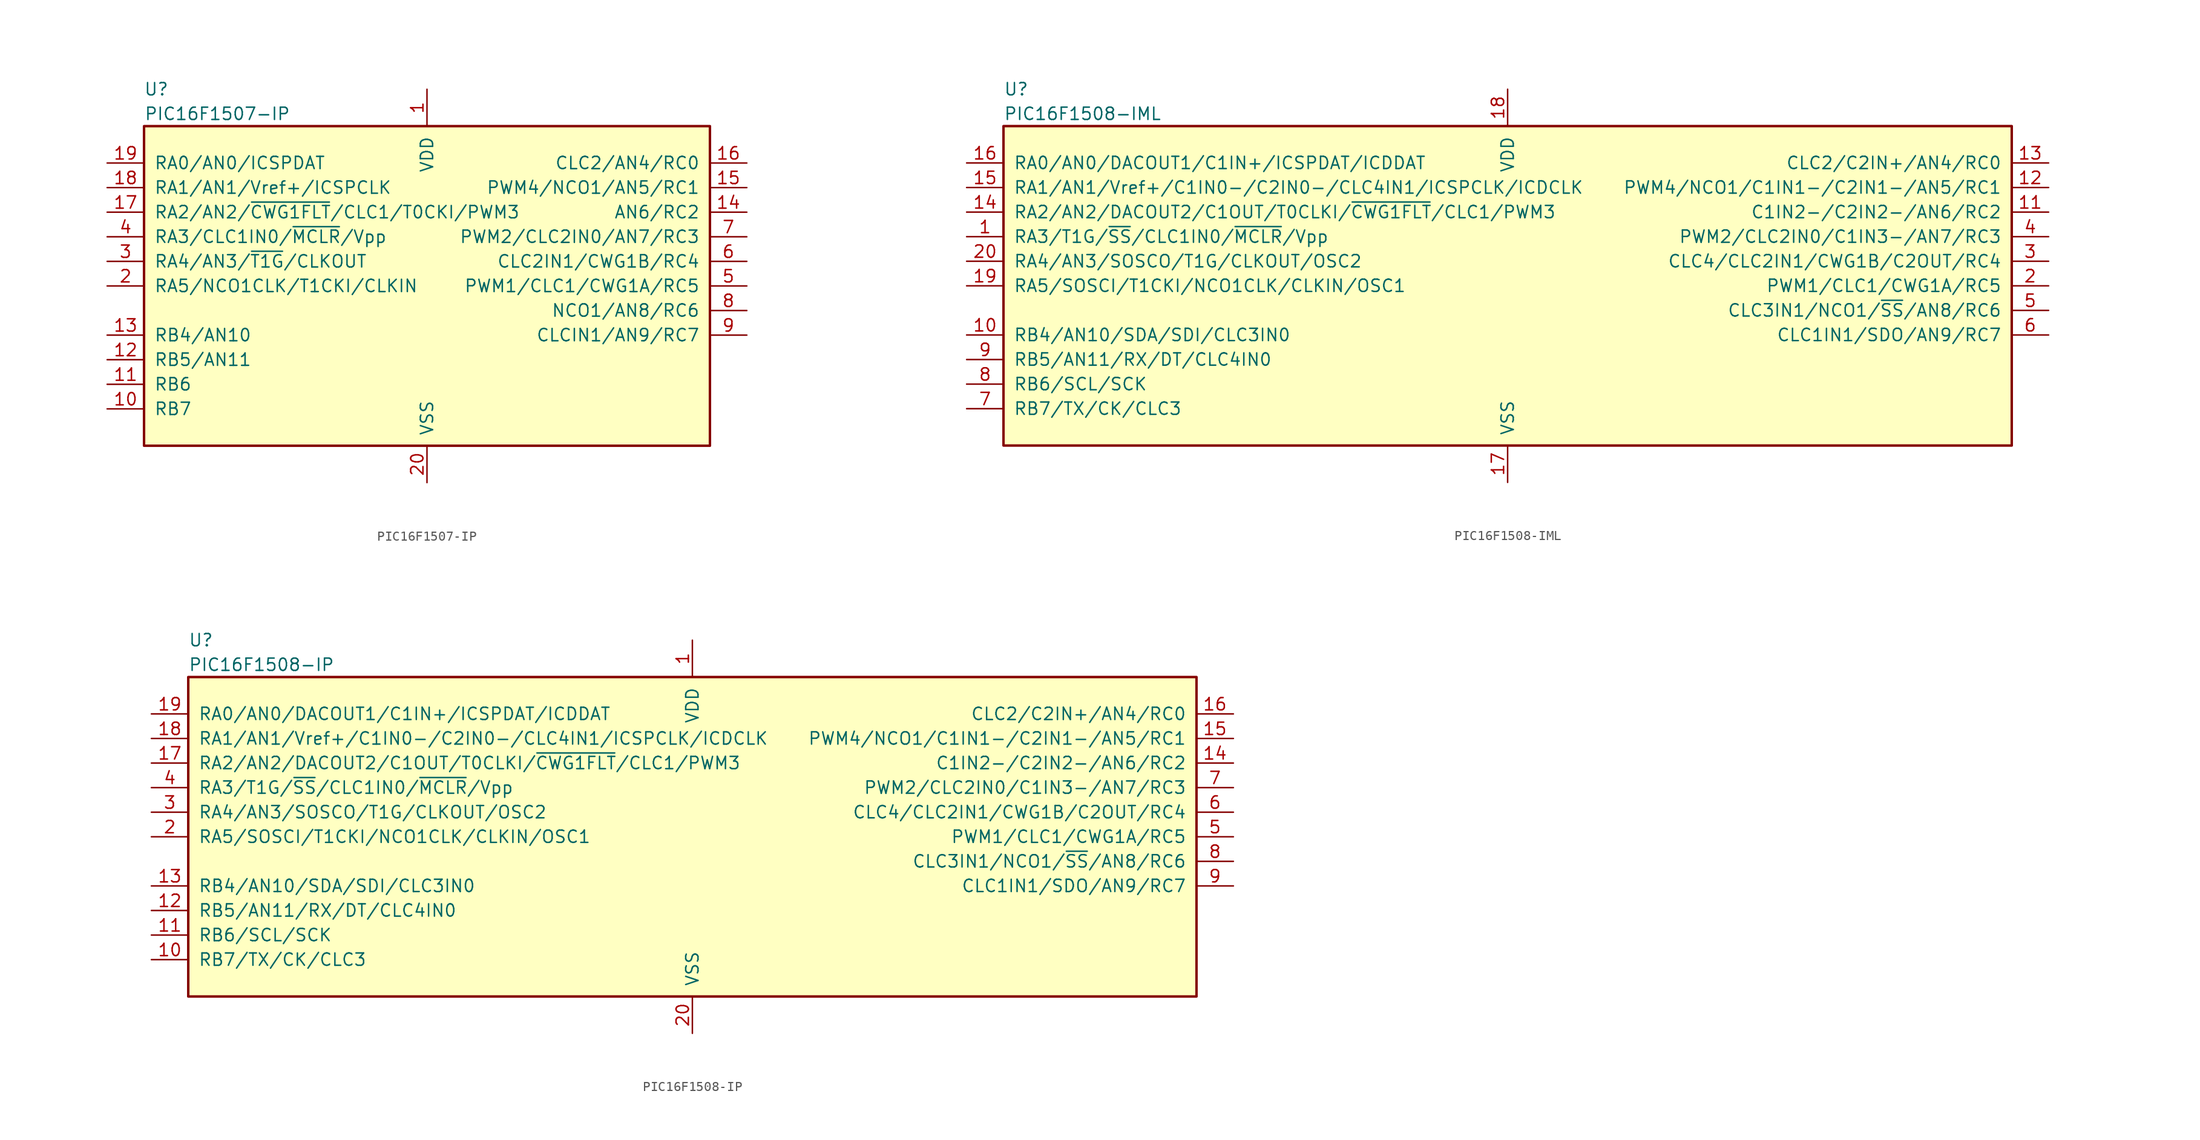
<source format=kicad_sym>
(kicad_symbol_lib
  (version 20201005)
  (generator kicad_symbol_editor)
  (symbol "MCU_Microchip_PIC16:PIC16F1507-IP"
    (pin_names
      (offset 1.016))
    (property "Reference" "U"
      (at -27.94 20.32 0)
      (effects (font (size 1.27 1.27))))
    (property "Value" "PIC16F1507-IP"
      (at -29.21 17.78 0)
      (effects (font (size 1.27 1.27)) (justify left)))
    (symbol "PIC16F1507-IP_0_1"
      (rectangle (start -29.21 16.51) (end 29.21 -16.51) (stroke (width 0.254)) (fill (type background))))
    (symbol "PIC16F1507-IP_1_1"
      (pin power_in line (at 0 20.32 270) (length 3.81) (name "VDD" (effects (font (size 1.27 1.27)))) (number "1" (effects (font (size 1.27 1.27)))))
      (pin bidirectional line (at -33.02 -12.7 0) (length 3.81) (name "RB7" (effects (font (size 1.27 1.27)))) (number "10" (effects (font (size 1.27 1.27)))))
      (pin bidirectional line (at -33.02 -10.16 0) (length 3.81) (name "RB6" (effects (font (size 1.27 1.27)))) (number "11" (effects (font (size 1.27 1.27)))))
      (pin bidirectional line (at -33.02 -7.62 0) (length 3.81) (name "RB5/AN11" (effects (font (size 1.27 1.27)))) (number "12" (effects (font (size 1.27 1.27)))))
      (pin bidirectional line (at -33.02 -5.08 0) (length 3.81) (name "RB4/AN10" (effects (font (size 1.27 1.27)))) (number "13" (effects (font (size 1.27 1.27)))))
      (pin bidirectional line (at 33.02 7.62 180) (length 3.81) (name "AN6/RC2" (effects (font (size 1.27 1.27)))) (number "14" (effects (font (size 1.27 1.27)))))
      (pin bidirectional line (at 33.02 10.16 180) (length 3.81) (name "PWM4/NCO1/AN5/RC1" (effects (font (size 1.27 1.27)))) (number "15" (effects (font (size 1.27 1.27)))))
      (pin bidirectional line (at 33.02 12.7 180) (length 3.81) (name "CLC2/AN4/RC0" (effects (font (size 1.27 1.27)))) (number "16" (effects (font (size 1.27 1.27)))))
      (pin bidirectional line (at -33.02 7.62 0) (length 3.81) (name "RA2/AN2/~CWG1FLT~/CLC1/T0CKI/PWM3" (effects (font (size 1.27 1.27)))) (number "17" (effects (font (size 1.27 1.27)))))
      (pin bidirectional line (at -33.02 10.16 0) (length 3.81) (name "RA1/AN1/Vref+/ICSPCLK" (effects (font (size 1.27 1.27)))) (number "18" (effects (font (size 1.27 1.27)))))
      (pin bidirectional line (at -33.02 12.7 0) (length 3.81) (name "RA0/AN0/ICSPDAT" (effects (font (size 1.27 1.27)))) (number "19" (effects (font (size 1.27 1.27)))))
      (pin bidirectional line (at -33.02 0 0) (length 3.81) (name "RA5/NCO1CLK/T1CKI/CLKIN" (effects (font (size 1.27 1.27)))) (number "2" (effects (font (size 1.27 1.27)))))
      (pin power_in line (at 0 -20.32 90) (length 3.81) (name "VSS" (effects (font (size 1.27 1.27)))) (number "20" (effects (font (size 1.27 1.27)))))
      (pin bidirectional line (at -33.02 2.54 0) (length 3.81) (name "RA4/AN3/~T1G~/CLKOUT" (effects (font (size 1.27 1.27)))) (number "3" (effects (font (size 1.27 1.27)))))
      (pin input line (at -33.02 5.08 0) (length 3.81) (name "RA3/CLC1IN0/~MCLR~/Vpp" (effects (font (size 1.27 1.27)))) (number "4" (effects (font (size 1.27 1.27)))))
      (pin bidirectional line (at 33.02 0 180) (length 3.81) (name "PWM1/CLC1/CWG1A/RC5" (effects (font (size 1.27 1.27)))) (number "5" (effects (font (size 1.27 1.27)))))
      (pin bidirectional line (at 33.02 2.54 180) (length 3.81) (name "CLC2IN1/CWG1B/RC4" (effects (font (size 1.27 1.27)))) (number "6" (effects (font (size 1.27 1.27)))))
      (pin bidirectional line (at 33.02 5.08 180) (length 3.81) (name "PWM2/CLC2IN0/AN7/RC3" (effects (font (size 1.27 1.27)))) (number "7" (effects (font (size 1.27 1.27)))))
      (pin bidirectional line (at 33.02 -2.54 180) (length 3.81) (name "NCO1/AN8/RC6" (effects (font (size 1.27 1.27)))) (number "8" (effects (font (size 1.27 1.27)))))
      (pin bidirectional line (at 33.02 -5.08 180) (length 3.81) (name "CLCIN1/AN9/RC7" (effects (font (size 1.27 1.27)))) (number "9" (effects (font (size 1.27 1.27)))))))
  (symbol "MCU_Microchip_PIC16:PIC16F1508-IML"
    (pin_names
      (offset 1.016))
    (property "Reference" "U"
      (at -52.07 20.32 0)
      (effects (font (size 1.27 1.27)) (justify left)))
    (property "Value" "PIC16F1508-IML"
      (at -52.07 17.78 0)
      (effects (font (size 1.27 1.27)) (justify left)))
    (symbol "PIC16F1508-IML_0_1"
      (rectangle (start -52.07 16.51) (end 52.07 -16.51) (stroke (width 0.254)) (fill (type background))))
    (symbol "PIC16F1508-IML_1_1"
      (pin input line (at -55.88 5.08 0) (length 3.81) (name "RA3/T1G/~SS~/CLC1IN0/~MCLR~/Vpp" (effects (font (size 1.27 1.27)))) (number "1" (effects (font (size 1.27 1.27)))))
      (pin bidirectional line (at -55.88 -5.08 0) (length 3.81) (name "RB4/AN10/SDA/SDI/CLC3IN0" (effects (font (size 1.27 1.27)))) (number "10" (effects (font (size 1.27 1.27)))))
      (pin bidirectional line (at 55.88 7.62 180) (length 3.81) (name "C1IN2-/C2IN2-/AN6/RC2" (effects (font (size 1.27 1.27)))) (number "11" (effects (font (size 1.27 1.27)))))
      (pin bidirectional line (at 55.88 10.16 180) (length 3.81) (name "PWM4/NCO1/C1IN1-/C2IN1-/AN5/RC1" (effects (font (size 1.27 1.27)))) (number "12" (effects (font (size 1.27 1.27)))))
      (pin bidirectional line (at 55.88 12.7 180) (length 3.81) (name "CLC2/C2IN+/AN4/RC0" (effects (font (size 1.27 1.27)))) (number "13" (effects (font (size 1.27 1.27)))))
      (pin bidirectional line (at -55.88 7.62 0) (length 3.81) (name "RA2/AN2/DACOUT2/C1OUT/T0CLKI/~CWG1FLT~/CLC1/PWM3" (effects (font (size 1.27 1.27)))) (number "14" (effects (font (size 1.27 1.27)))))
      (pin bidirectional line (at -55.88 10.16 0) (length 3.81) (name "RA1/AN1/Vref+/C1IN0-/C2IN0-/CLC4IN1/ICSPCLK/ICDCLK" (effects (font (size 1.27 1.27)))) (number "15" (effects (font (size 1.27 1.27)))))
      (pin bidirectional line (at -55.88 12.7 0) (length 3.81) (name "RA0/AN0/DACOUT1/C1IN+/ICSPDAT/ICDDAT" (effects (font (size 1.27 1.27)))) (number "16" (effects (font (size 1.27 1.27)))))
      (pin power_in line (at 0 -20.32 90) (length 3.81) (name "VSS" (effects (font (size 1.27 1.27)))) (number "17" (effects (font (size 1.27 1.27)))))
      (pin power_in line (at 0 20.32 270) (length 3.81) (name "VDD" (effects (font (size 1.27 1.27)))) (number "18" (effects (font (size 1.27 1.27)))))
      (pin bidirectional line (at -55.88 0 0) (length 3.81) (name "RA5/SOSCI/T1CKI/NCO1CLK/CLKIN/OSC1" (effects (font (size 1.27 1.27)))) (number "19" (effects (font (size 1.27 1.27)))))
      (pin bidirectional line (at 55.88 0 180) (length 3.81) (name "PWM1/CLC1/CWG1A/RC5" (effects (font (size 1.27 1.27)))) (number "2" (effects (font (size 1.27 1.27)))))
      (pin bidirectional line (at -55.88 2.54 0) (length 3.81) (name "RA4/AN3/SOSCO/T1G/CLKOUT/OSC2" (effects (font (size 1.27 1.27)))) (number "20" (effects (font (size 1.27 1.27)))))
      (pin bidirectional line (at 55.88 2.54 180) (length 3.81) (name "CLC4/CLC2IN1/CWG1B/C2OUT/RC4" (effects (font (size 1.27 1.27)))) (number "3" (effects (font (size 1.27 1.27)))))
      (pin bidirectional line (at 55.88 5.08 180) (length 3.81) (name "PWM2/CLC2IN0/C1IN3-/AN7/RC3" (effects (font (size 1.27 1.27)))) (number "4" (effects (font (size 1.27 1.27)))))
      (pin bidirectional line (at 55.88 -2.54 180) (length 3.81) (name "CLC3IN1/NCO1/~SS~/AN8/RC6" (effects (font (size 1.27 1.27)))) (number "5" (effects (font (size 1.27 1.27)))))
      (pin bidirectional line (at 55.88 -5.08 180) (length 3.81) (name "CLC1IN1/SDO/AN9/RC7" (effects (font (size 1.27 1.27)))) (number "6" (effects (font (size 1.27 1.27)))))
      (pin bidirectional line (at -55.88 -12.7 0) (length 3.81) (name "RB7/TX/CK/CLC3" (effects (font (size 1.27 1.27)))) (number "7" (effects (font (size 1.27 1.27)))))
      (pin bidirectional line (at -55.88 -10.16 0) (length 3.81) (name "RB6/SCL/SCK" (effects (font (size 1.27 1.27)))) (number "8" (effects (font (size 1.27 1.27)))))
      (pin bidirectional line (at -55.88 -7.62 0) (length 3.81) (name "RB5/AN11/RX/DT/CLC4IN0" (effects (font (size 1.27 1.27)))) (number "9" (effects (font (size 1.27 1.27)))))))
  (symbol "MCU_Microchip_PIC16:PIC16F1508-IP"
    (pin_names
      (offset 1.016))
    (property "Reference" "U"
      (at -52.07 20.32 0)
      (effects (font (size 1.27 1.27)) (justify left)))
    (property "Value" "PIC16F1508-IP"
      (at -52.07 17.78 0)
      (effects (font (size 1.27 1.27)) (justify left)))
    (symbol "PIC16F1508-IP_0_1"
      (rectangle (start -52.07 16.51) (end 52.07 -16.51) (stroke (width 0.254)) (fill (type background))))
    (symbol "PIC16F1508-IP_1_1"
      (pin power_in line (at 0 20.32 270) (length 3.81) (name "VDD" (effects (font (size 1.27 1.27)))) (number "1" (effects (font (size 1.27 1.27)))))
      (pin bidirectional line (at -55.88 -12.7 0) (length 3.81) (name "RB7/TX/CK/CLC3" (effects (font (size 1.27 1.27)))) (number "10" (effects (font (size 1.27 1.27)))))
      (pin bidirectional line (at -55.88 -10.16 0) (length 3.81) (name "RB6/SCL/SCK" (effects (font (size 1.27 1.27)))) (number "11" (effects (font (size 1.27 1.27)))))
      (pin bidirectional line (at -55.88 -7.62 0) (length 3.81) (name "RB5/AN11/RX/DT/CLC4IN0" (effects (font (size 1.27 1.27)))) (number "12" (effects (font (size 1.27 1.27)))))
      (pin bidirectional line (at -55.88 -5.08 0) (length 3.81) (name "RB4/AN10/SDA/SDI/CLC3IN0" (effects (font (size 1.27 1.27)))) (number "13" (effects (font (size 1.27 1.27)))))
      (pin bidirectional line (at 55.88 7.62 180) (length 3.81) (name "C1IN2-/C2IN2-/AN6/RC2" (effects (font (size 1.27 1.27)))) (number "14" (effects (font (size 1.27 1.27)))))
      (pin bidirectional line (at 55.88 10.16 180) (length 3.81) (name "PWM4/NCO1/C1IN1-/C2IN1-/AN5/RC1" (effects (font (size 1.27 1.27)))) (number "15" (effects (font (size 1.27 1.27)))))
      (pin bidirectional line (at 55.88 12.7 180) (length 3.81) (name "CLC2/C2IN+/AN4/RC0" (effects (font (size 1.27 1.27)))) (number "16" (effects (font (size 1.27 1.27)))))
      (pin bidirectional line (at -55.88 7.62 0) (length 3.81) (name "RA2/AN2/DACOUT2/C1OUT/T0CLKI/~CWG1FLT~/CLC1/PWM3" (effects (font (size 1.27 1.27)))) (number "17" (effects (font (size 1.27 1.27)))))
      (pin bidirectional line (at -55.88 10.16 0) (length 3.81) (name "RA1/AN1/Vref+/C1IN0-/C2IN0-/CLC4IN1/ICSPCLK/ICDCLK" (effects (font (size 1.27 1.27)))) (number "18" (effects (font (size 1.27 1.27)))))
      (pin bidirectional line (at -55.88 12.7 0) (length 3.81) (name "RA0/AN0/DACOUT1/C1IN+/ICSPDAT/ICDDAT" (effects (font (size 1.27 1.27)))) (number "19" (effects (font (size 1.27 1.27)))))
      (pin bidirectional line (at -55.88 0 0) (length 3.81) (name "RA5/SOSCI/T1CKI/NCO1CLK/CLKIN/OSC1" (effects (font (size 1.27 1.27)))) (number "2" (effects (font (size 1.27 1.27)))))
      (pin power_in line (at 0 -20.32 90) (length 3.81) (name "VSS" (effects (font (size 1.27 1.27)))) (number "20" (effects (font (size 1.27 1.27)))))
      (pin bidirectional line (at -55.88 2.54 0) (length 3.81) (name "RA4/AN3/SOSCO/T1G/CLKOUT/OSC2" (effects (font (size 1.27 1.27)))) (number "3" (effects (font (size 1.27 1.27)))))
      (pin input line (at -55.88 5.08 0) (length 3.81) (name "RA3/T1G/~SS~/CLC1IN0/~MCLR~/Vpp" (effects (font (size 1.27 1.27)))) (number "4" (effects (font (size 1.27 1.27)))))
      (pin bidirectional line (at 55.88 0 180) (length 3.81) (name "PWM1/CLC1/CWG1A/RC5" (effects (font (size 1.27 1.27)))) (number "5" (effects (font (size 1.27 1.27)))))
      (pin bidirectional line (at 55.88 2.54 180) (length 3.81) (name "CLC4/CLC2IN1/CWG1B/C2OUT/RC4" (effects (font (size 1.27 1.27)))) (number "6" (effects (font (size 1.27 1.27)))))
      (pin bidirectional line (at 55.88 5.08 180) (length 3.81) (name "PWM2/CLC2IN0/C1IN3-/AN7/RC3" (effects (font (size 1.27 1.27)))) (number "7" (effects (font (size 1.27 1.27)))))
      (pin bidirectional line (at 55.88 -2.54 180) (length 3.81) (name "CLC3IN1/NCO1/~SS~/AN8/RC6" (effects (font (size 1.27 1.27)))) (number "8" (effects (font (size 1.27 1.27)))))
      (pin bidirectional line (at 55.88 -5.08 180) (length 3.81) (name "CLC1IN1/SDO/AN9/RC7" (effects (font (size 1.27 1.27)))) (number "9" (effects (font (size 1.27 1.27))))))))
</source>
